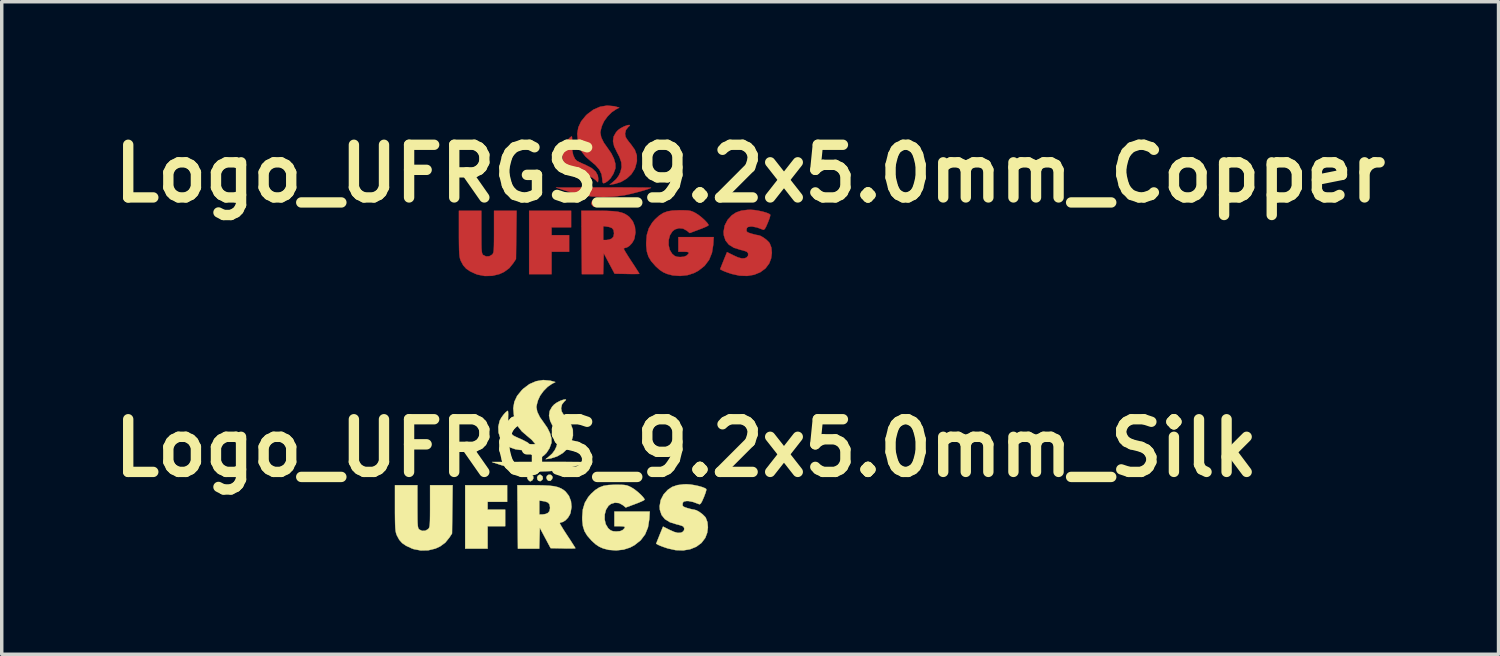
<source format=kicad_pcb>
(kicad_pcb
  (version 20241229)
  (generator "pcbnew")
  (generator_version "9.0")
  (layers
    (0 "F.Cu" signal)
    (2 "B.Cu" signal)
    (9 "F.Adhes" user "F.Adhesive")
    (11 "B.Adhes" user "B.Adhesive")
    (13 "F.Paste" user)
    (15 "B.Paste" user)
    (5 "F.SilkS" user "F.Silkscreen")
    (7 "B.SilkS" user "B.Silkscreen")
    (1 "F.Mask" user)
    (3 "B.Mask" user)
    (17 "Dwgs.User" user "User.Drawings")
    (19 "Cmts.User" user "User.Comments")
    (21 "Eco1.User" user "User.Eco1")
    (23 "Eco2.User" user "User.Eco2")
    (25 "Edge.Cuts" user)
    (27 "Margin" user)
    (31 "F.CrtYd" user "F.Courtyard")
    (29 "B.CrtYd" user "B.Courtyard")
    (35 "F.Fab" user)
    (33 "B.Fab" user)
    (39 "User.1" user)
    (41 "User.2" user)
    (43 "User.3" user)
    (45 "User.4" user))
  (footprint "Logo_UFRGS_9.2x5.0mm_Copper"
    (layer "F.Cu")
    (at 14.442 2.99)
    (property "Reference" "Logo_UFRGS_9.2x5.0mm_Copper" (at 4.216 -1.016 0) (layer "F.SilkS") (effects (font (size 1.524 1.524) (thickness 0.3))))
    (attr through_hole)
    (fp_poly (pts (xy -0.965 0.539) (xy -1.53 0.539) (xy -1.53 0.765) (xy -1.022 0.765) (xy -1.022 1.245) (xy -1.53 1.245) (xy -1.53 1.894) (xy -2.179 1.894) (xy -2.179 0.059) (xy -0.965 0.059) (xy -0.965 0.539)) (stroke (width 0.01) (type solid)) (fill yes) (layer "F.Cu"))
    (fp_poly (pts (xy 0.005 -0.242) (xy 0.059 -0.198) (xy 0.07 -0.137) (xy 0.051 -0.096) (xy -0.007 -0.057) (xy -0.062 -0.072) (xy -0.088 -0.106) (xy -0.098 -0.167) (xy -0.072 -0.22) (xy -0.025 -0.246) (xy 0.005 -0.242)) (stroke (width 0.01) (type solid)) (fill yes) (layer "F.Cu"))
    (fp_poly (pts (xy 0.291 -0.244) (xy 0.324 -0.222) (xy 0.352 -0.176) (xy 0.335 -0.119) (xy 0.335 -0.119) (xy 0.286 -0.067) (xy 0.23 -0.07) (xy 0.192 -0.102) (xy 0.17 -0.16) (xy 0.189 -0.213) (xy 0.234 -0.245) (xy 0.291 -0.244)) (stroke (width 0.01) (type solid)) (fill yes) (layer "F.Cu"))
    (fp_poly (pts (xy -0.248 -0.234) (xy -0.209 -0.196) (xy -0.206 -0.14) (xy -0.233 -0.087) (xy -0.284 -0.056) (xy -0.302 -0.054) (xy -0.327 -0.071) (xy -0.356 -0.098) (xy -0.385 -0.149) (xy -0.371 -0.197) (xy -0.335 -0.243) (xy -0.286 -0.246) (xy -0.248 -0.234)) (stroke (width 0.01) (type solid)) (fill yes) (layer "F.Cu"))
    (fp_poly (pts (xy 0.501 -0.616) (xy 0.732 -0.615) (xy 0.934 -0.614) (xy 1.103 -0.613) (xy 1.232 -0.611) (xy 1.315 -0.61) (xy 1.349 -0.608) (xy 1.349 -0.607) (xy 1.323 -0.592) (xy 1.254 -0.566) (xy 1.151 -0.534) (xy 1.025 -0.498) (xy 0.889 -0.462) (xy 0.752 -0.428) (xy 0.625 -0.4) (xy 0.577 -0.39) (xy 0.282 -0.351) (xy -0.034 -0.338) (xy -0.348 -0.353) (xy -0.637 -0.393) (xy -0.649 -0.396) (xy -0.805 -0.432) (xy -0.977 -0.477) (xy -1.134 -0.524) (xy -1.157 -0.531) (xy -1.403 -0.613) (xy -0.027 -0.615) (xy 0.246 -0.616) (xy 0.501 -0.616)) (stroke (width 0.01) (type solid)) (fill yes) (layer "F.Cu"))
    (fp_poly (pts (xy 0.739 -2.416) (xy 0.717 -2.388) (xy 0.692 -2.368) (xy 0.622 -2.279) (xy 0.596 -2.17) (xy 0.612 -2.079) (xy 0.645 -2.021) (xy 0.704 -1.94) (xy 0.767 -1.863) (xy 0.879 -1.706) (xy 0.937 -1.545) (xy 0.94 -1.375) (xy 0.891 -1.189) (xy 0.87 -1.14) (xy 0.778 -0.996) (xy 0.643 -0.871) (xy 0.48 -0.775) (xy 0.302 -0.718) (xy 0.277 -0.714) (xy 0.15 -0.695) (xy 0.234 -0.762) (xy 0.34 -0.857) (xy 0.412 -0.954) (xy 0.463 -1.062) (xy 0.497 -1.2) (xy 0.488 -1.343) (xy 0.435 -1.498) (xy 0.365 -1.631) (xy 0.281 -1.804) (xy 0.248 -1.955) (xy 0.267 -2.09) (xy 0.337 -2.213) (xy 0.394 -2.275) (xy 0.471 -2.331) (xy 0.569 -2.382) (xy 0.664 -2.416) (xy 0.717 -2.424) (xy 0.739 -2.416)) (stroke (width 0.01) (type solid)) (fill yes) (layer "F.Cu"))
    (fp_poly (pts (xy -0.938 -2.068) (xy -0.935 -1.999) (xy -0.937 -1.902) (xy -0.938 -1.88) (xy -0.934 -1.7) (xy -0.904 -1.55) (xy -0.85 -1.438) (xy -0.792 -1.382) (xy -0.736 -1.352) (xy -0.646 -1.31) (xy -0.542 -1.265) (xy -0.54 -1.264) (xy -0.37 -1.175) (xy -0.254 -1.075) (xy -0.192 -0.962) (xy -0.18 -0.879) (xy -0.182 -0.809) (xy -0.188 -0.77) (xy -0.19 -0.767) (xy -0.213 -0.786) (xy -0.253 -0.828) (xy -0.358 -0.906) (xy -0.495 -0.954) (xy -0.61 -0.965) (xy -0.731 -0.984) (xy -0.867 -1.031) (xy -0.991 -1.098) (xy -1.075 -1.166) (xy -1.163 -1.302) (xy -1.213 -1.463) (xy -1.22 -1.634) (xy -1.183 -1.797) (xy -1.171 -1.826) (xy -1.128 -1.902) (xy -1.07 -1.981) (xy -1.01 -2.048) (xy -0.961 -2.088) (xy -0.945 -2.094) (xy -0.938 -2.068)) (stroke (width 0.01) (type solid)) (fill yes) (layer "F.Cu"))
    (fp_poly (pts (xy 0.284 -2.966) (xy 0.318 -2.957) (xy 0.431 -2.926) (xy 0.332 -2.875) (xy 0.208 -2.79) (xy 0.089 -2.67) (xy -0.01 -2.534) (xy -0.072 -2.4) (xy -0.074 -2.394) (xy -0.099 -2.303) (xy -0.115 -2.229) (xy -0.118 -2.2) (xy -0.093 -2.065) (xy -0.017 -1.91) (xy 0.092 -1.756) (xy 0.199 -1.602) (xy 0.275 -1.447) (xy 0.316 -1.302) (xy 0.319 -1.179) (xy 0.316 -1.163) (xy 0.26 -1.011) (xy 0.174 -0.877) (xy 0.098 -0.803) (xy 0.017 -0.748) (xy -0.032 -0.737) (xy -0.056 -0.77) (xy -0.062 -0.849) (xy -0.082 -0.995) (xy -0.146 -1.13) (xy -0.258 -1.261) (xy -0.386 -1.368) (xy -0.541 -1.502) (xy -0.651 -1.641) (xy -0.726 -1.8) (xy -0.769 -1.966) (xy -0.787 -2.17) (xy -0.756 -2.354) (xy -0.675 -2.527) (xy -0.539 -2.694) (xy -0.5 -2.732) (xy -0.322 -2.866) (xy -0.126 -2.951) (xy 0.078 -2.985) (xy 0.284 -2.966)) (stroke (width 0.01) (type solid)) (fill yes) (layer "F.Cu"))
    (fp_poly (pts (xy -3.562 0.676) (xy -3.561 0.879) (xy -3.56 1.034) (xy -3.557 1.147) (xy -3.551 1.226) (xy -3.543 1.278) (xy -3.531 1.312) (xy -3.516 1.334) (xy -3.51 1.339) (xy -3.427 1.38) (xy -3.333 1.376) (xy -3.251 1.329) (xy -3.233 1.307) (xy -3.218 1.279) (xy -3.208 1.237) (xy -3.202 1.172) (xy -3.198 1.079) (xy -3.196 0.948) (xy -3.195 0.771) (xy -3.195 0.666) (xy -3.195 0.059) (xy -2.542 0.059) (xy -2.56 1.456) (xy -2.635 1.571) (xy -2.755 1.72) (xy -2.902 1.828) (xy -3.04 1.892) (xy -3.246 1.942) (xy -3.463 1.947) (xy -3.671 1.907) (xy -3.733 1.884) (xy -3.889 1.811) (xy -4.003 1.733) (xy -4.087 1.638) (xy -4.154 1.514) (xy -4.165 1.488) (xy -4.18 1.442) (xy -4.192 1.383) (xy -4.2 1.302) (xy -4.206 1.191) (xy -4.209 1.044) (xy -4.211 0.852) (xy -4.211 0.719) (xy -4.211 0.059) (xy -3.562 0.059) (xy -3.562 0.676)) (stroke (width 0.01) (type solid)) (fill yes) (layer "F.Cu"))
    (fp_poly (pts (xy -0.173 0.059) (xy 0.059 0.062) (xy 0.243 0.071) (xy 0.388 0.087) (xy 0.503 0.114) (xy 0.596 0.152) (xy 0.677 0.203) (xy 0.725 0.243) (xy 0.823 0.368) (xy 0.882 0.521) (xy 0.898 0.688) (xy 0.87 0.854) (xy 0.854 0.9) (xy 0.799 0.994) (xy 0.725 1.073) (xy 0.648 1.122) (xy 0.608 1.131) (xy 0.566 1.145) (xy 0.559 1.16) (xy 0.574 1.192) (xy 0.615 1.262) (xy 0.676 1.361) (xy 0.752 1.479) (xy 0.785 1.529) (xy 0.865 1.65) (xy 0.932 1.755) (xy 0.982 1.833) (xy 1.008 1.876) (xy 1.01 1.882) (xy 0.984 1.887) (xy 0.912 1.889) (xy 0.804 1.89) (xy 0.672 1.888) (xy 0.652 1.887) (xy 0.294 1.88) (xy 0.137 1.585) (xy -0.02 1.29) (xy -0.028 1.592) (xy -0.036 1.894) (xy -0.653 1.894) (xy -0.662 0.906) (xy -0.034 0.906) (xy 0.059 0.906) (xy 0.145 0.892) (xy 0.214 0.862) (xy 0.261 0.808) (xy 0.276 0.725) (xy 0.277 0.71) (xy 0.264 0.618) (xy 0.22 0.561) (xy 0.134 0.528) (xy 0.08 0.519) (xy -0.034 0.503) (xy -0.034 0.906) (xy -0.662 0.906) (xy -0.669 0.059) (xy -0.173 0.059)) (stroke (width 0.01) (type solid)) (fill yes) (layer "F.Cu"))
    (fp_poly (pts (xy 2.321 0.046) (xy 2.42 0.051) (xy 2.493 0.063) (xy 2.554 0.084) (xy 2.621 0.117) (xy 2.641 0.128) (xy 2.725 0.182) (xy 2.815 0.253) (xy 2.9 0.33) (xy 2.968 0.402) (xy 3.008 0.458) (xy 3.014 0.477) (xy 2.989 0.496) (xy 2.922 0.529) (xy 2.825 0.57) (xy 2.74 0.602) (xy 2.467 0.704) (xy 2.385 0.636) (xy 2.276 0.576) (xy 2.156 0.564) (xy 2.041 0.598) (xy 1.968 0.654) (xy 1.896 0.767) (xy 1.859 0.905) (xy 1.857 1.05) (xy 1.888 1.187) (xy 1.955 1.298) (xy 1.964 1.309) (xy 2.031 1.365) (xy 2.1 1.391) (xy 2.191 1.398) (xy 2.303 1.389) (xy 2.377 1.357) (xy 2.39 1.346) (xy 2.437 1.296) (xy 2.44 1.265) (xy 2.394 1.249) (xy 2.297 1.245) (xy 2.294 1.245) (xy 2.139 1.245) (xy 2.139 0.821) (xy 3.162 0.821) (xy 3.149 1.04) (xy 3.111 1.277) (xy 3.028 1.481) (xy 2.898 1.653) (xy 2.721 1.793) (xy 2.594 1.861) (xy 2.405 1.922) (xy 2.192 1.945) (xy 1.977 1.93) (xy 1.815 1.888) (xy 1.701 1.838) (xy 1.596 1.768) (xy 1.482 1.665) (xy 1.474 1.656) (xy 1.354 1.52) (xy 1.274 1.388) (xy 1.228 1.241) (xy 1.209 1.064) (xy 1.208 0.987) (xy 1.226 0.76) (xy 1.284 0.567) (xy 1.384 0.4) (xy 1.466 0.306) (xy 1.584 0.199) (xy 1.698 0.125) (xy 1.821 0.078) (xy 1.969 0.053) (xy 2.157 0.045) (xy 2.182 0.045) (xy 2.321 0.046)) (stroke (width 0.01) (type solid)) (fill yes) (layer "F.Cu"))
    (fp_poly (pts (xy 4.334 0.038) (xy 4.454 0.057) (xy 4.576 0.083) (xy 4.684 0.114) (xy 4.763 0.146) (xy 4.799 0.172) (xy 4.796 0.208) (xy 4.775 0.282) (xy 4.738 0.38) (xy 4.725 0.412) (xy 4.677 0.521) (xy 4.641 0.584) (xy 4.611 0.609) (xy 4.59 0.607) (xy 4.417 0.543) (xy 4.281 0.516) (xy 4.223 0.516) (xy 4.154 0.529) (xy 4.122 0.559) (xy 4.113 0.601) (xy 4.113 0.646) (xy 4.135 0.676) (xy 4.19 0.701) (xy 4.252 0.721) (xy 4.343 0.746) (xy 4.415 0.762) (xy 4.442 0.765) (xy 4.511 0.784) (xy 4.599 0.833) (xy 4.688 0.899) (xy 4.76 0.97) (xy 4.783 1.001) (xy 4.831 1.127) (xy 4.845 1.278) (xy 4.824 1.436) (xy 4.769 1.582) (xy 4.767 1.585) (xy 4.658 1.729) (xy 4.51 1.838) (xy 4.332 1.911) (xy 4.129 1.945) (xy 3.91 1.937) (xy 3.683 1.887) (xy 3.67 1.883) (xy 3.563 1.847) (xy 3.47 1.812) (xy 3.411 1.786) (xy 3.41 1.785) (xy 3.347 1.751) (xy 3.4 1.618) (xy 3.443 1.51) (xy 3.487 1.402) (xy 3.5 1.37) (xy 3.547 1.256) (xy 3.732 1.349) (xy 3.869 1.41) (xy 3.973 1.438) (xy 4.057 1.434) (xy 4.11 1.413) (xy 4.155 1.363) (xy 4.16 1.299) (xy 4.129 1.251) (xy 4.083 1.23) (xy 4.002 1.205) (xy 3.939 1.19) (xy 3.746 1.13) (xy 3.601 1.04) (xy 3.504 0.92) (xy 3.455 0.771) (xy 3.448 0.665) (xy 3.48 0.486) (xy 3.564 0.323) (xy 3.685 0.192) (xy 3.811 0.108) (xy 3.961 0.056) (xy 4.144 0.033) (xy 4.23 0.031) (xy 4.334 0.038)) (stroke (width 0.01) (type solid)) (fill yes) (layer "F.Cu")))
  (footprint "Logo_UFRGS_9.2x5.0mm_Silk"
    (layer "F.Cu")
    (at 12.591 10.933)
    (property "Reference" "Logo_UFRGS_9.2x5.0mm_Silk" (at 4.216 -1.016 0) (layer "F.SilkS") (effects (font (size 1.524 1.524) (thickness 0.3))))
    (attr through_hole)
    (fp_poly (pts (xy -0.965 0.539) (xy -1.53 0.539) (xy -1.53 0.765) (xy -1.022 0.765) (xy -1.022 1.245) (xy -1.53 1.245) (xy -1.53 1.894) (xy -2.179 1.894) (xy -2.179 0.059) (xy -0.965 0.059) (xy -0.965 0.539)) (stroke (width 0.01) (type solid)) (fill yes) (layer "F.SilkS"))
    (fp_poly (pts (xy 0.005 -0.242) (xy 0.059 -0.198) (xy 0.07 -0.137) (xy 0.051 -0.096) (xy -0.007 -0.057) (xy -0.062 -0.072) (xy -0.088 -0.106) (xy -0.098 -0.167) (xy -0.072 -0.22) (xy -0.025 -0.246) (xy 0.005 -0.242)) (stroke (width 0.01) (type solid)) (fill yes) (layer "F.SilkS"))
    (fp_poly (pts (xy 0.291 -0.244) (xy 0.324 -0.222) (xy 0.352 -0.176) (xy 0.335 -0.119) (xy 0.335 -0.119) (xy 0.286 -0.067) (xy 0.23 -0.07) (xy 0.192 -0.102) (xy 0.17 -0.16) (xy 0.189 -0.213) (xy 0.234 -0.245) (xy 0.291 -0.244)) (stroke (width 0.01) (type solid)) (fill yes) (layer "F.SilkS"))
    (fp_poly (pts (xy -0.248 -0.234) (xy -0.209 -0.196) (xy -0.206 -0.14) (xy -0.233 -0.087) (xy -0.284 -0.056) (xy -0.302 -0.054) (xy -0.327 -0.071) (xy -0.356 -0.098) (xy -0.385 -0.149) (xy -0.371 -0.197) (xy -0.335 -0.243) (xy -0.286 -0.246) (xy -0.248 -0.234)) (stroke (width 0.01) (type solid)) (fill yes) (layer "F.SilkS"))
    (fp_poly (pts (xy 0.501 -0.616) (xy 0.732 -0.615) (xy 0.934 -0.614) (xy 1.103 -0.613) (xy 1.232 -0.611) (xy 1.315 -0.61) (xy 1.349 -0.608) (xy 1.349 -0.607) (xy 1.323 -0.592) (xy 1.254 -0.566) (xy 1.151 -0.534) (xy 1.025 -0.498) (xy 0.889 -0.462) (xy 0.752 -0.428) (xy 0.625 -0.4) (xy 0.577 -0.39) (xy 0.282 -0.351) (xy -0.034 -0.338) (xy -0.348 -0.353) (xy -0.637 -0.393) (xy -0.649 -0.396) (xy -0.805 -0.432) (xy -0.977 -0.477) (xy -1.134 -0.524) (xy -1.157 -0.531) (xy -1.403 -0.613) (xy -0.027 -0.615) (xy 0.246 -0.616) (xy 0.501 -0.616)) (stroke (width 0.01) (type solid)) (fill yes) (layer "F.SilkS"))
    (fp_poly (pts (xy 0.739 -2.416) (xy 0.717 -2.388) (xy 0.692 -2.368) (xy 0.622 -2.279) (xy 0.596 -2.17) (xy 0.612 -2.079) (xy 0.645 -2.021) (xy 0.704 -1.94) (xy 0.767 -1.863) (xy 0.879 -1.706) (xy 0.937 -1.545) (xy 0.94 -1.375) (xy 0.891 -1.189) (xy 0.87 -1.14) (xy 0.778 -0.996) (xy 0.643 -0.871) (xy 0.48 -0.775) (xy 0.302 -0.718) (xy 0.277 -0.714) (xy 0.15 -0.695) (xy 0.234 -0.762) (xy 0.34 -0.857) (xy 0.412 -0.954) (xy 0.463 -1.062) (xy 0.497 -1.2) (xy 0.488 -1.343) (xy 0.435 -1.498) (xy 0.365 -1.631) (xy 0.281 -1.804) (xy 0.248 -1.955) (xy 0.267 -2.09) (xy 0.337 -2.213) (xy 0.394 -2.275) (xy 0.471 -2.331) (xy 0.569 -2.382) (xy 0.664 -2.416) (xy 0.717 -2.424) (xy 0.739 -2.416)) (stroke (width 0.01) (type solid)) (fill yes) (layer "F.SilkS"))
    (fp_poly (pts (xy -0.938 -2.068) (xy -0.935 -1.999) (xy -0.937 -1.902) (xy -0.938 -1.88) (xy -0.934 -1.7) (xy -0.904 -1.55) (xy -0.85 -1.438) (xy -0.792 -1.382) (xy -0.736 -1.352) (xy -0.646 -1.31) (xy -0.542 -1.265) (xy -0.54 -1.264) (xy -0.37 -1.175) (xy -0.254 -1.075) (xy -0.192 -0.962) (xy -0.18 -0.879) (xy -0.182 -0.809) (xy -0.188 -0.77) (xy -0.19 -0.767) (xy -0.213 -0.786) (xy -0.253 -0.828) (xy -0.358 -0.906) (xy -0.495 -0.954) (xy -0.61 -0.965) (xy -0.731 -0.984) (xy -0.867 -1.031) (xy -0.991 -1.098) (xy -1.075 -1.166) (xy -1.163 -1.302) (xy -1.213 -1.463) (xy -1.22 -1.634) (xy -1.183 -1.797) (xy -1.171 -1.826) (xy -1.128 -1.902) (xy -1.07 -1.981) (xy -1.01 -2.048) (xy -0.961 -2.088) (xy -0.945 -2.094) (xy -0.938 -2.068)) (stroke (width 0.01) (type solid)) (fill yes) (layer "F.SilkS"))
    (fp_poly (pts (xy 0.284 -2.966) (xy 0.318 -2.957) (xy 0.431 -2.926) (xy 0.332 -2.875) (xy 0.208 -2.79) (xy 0.089 -2.67) (xy -0.01 -2.534) (xy -0.072 -2.4) (xy -0.074 -2.394) (xy -0.099 -2.303) (xy -0.115 -2.229) (xy -0.118 -2.2) (xy -0.093 -2.065) (xy -0.017 -1.91) (xy 0.092 -1.756) (xy 0.199 -1.602) (xy 0.275 -1.447) (xy 0.316 -1.302) (xy 0.319 -1.179) (xy 0.316 -1.163) (xy 0.26 -1.011) (xy 0.174 -0.877) (xy 0.098 -0.803) (xy 0.017 -0.748) (xy -0.032 -0.737) (xy -0.056 -0.77) (xy -0.062 -0.849) (xy -0.082 -0.995) (xy -0.146 -1.13) (xy -0.258 -1.261) (xy -0.386 -1.368) (xy -0.541 -1.502) (xy -0.651 -1.641) (xy -0.726 -1.8) (xy -0.769 -1.966) (xy -0.787 -2.17) (xy -0.756 -2.354) (xy -0.675 -2.527) (xy -0.539 -2.694) (xy -0.5 -2.732) (xy -0.322 -2.866) (xy -0.126 -2.951) (xy 0.078 -2.985) (xy 0.284 -2.966)) (stroke (width 0.01) (type solid)) (fill yes) (layer "F.SilkS"))
    (fp_poly (pts (xy -3.562 0.676) (xy -3.561 0.879) (xy -3.56 1.034) (xy -3.557 1.147) (xy -3.551 1.226) (xy -3.543 1.278) (xy -3.531 1.312) (xy -3.516 1.334) (xy -3.51 1.339) (xy -3.427 1.38) (xy -3.333 1.376) (xy -3.251 1.329) (xy -3.233 1.307) (xy -3.218 1.279) (xy -3.208 1.237) (xy -3.202 1.172) (xy -3.198 1.079) (xy -3.196 0.948) (xy -3.195 0.771) (xy -3.195 0.666) (xy -3.195 0.059) (xy -2.542 0.059) (xy -2.56 1.456) (xy -2.635 1.571) (xy -2.755 1.72) (xy -2.902 1.828) (xy -3.04 1.892) (xy -3.246 1.942) (xy -3.463 1.947) (xy -3.671 1.907) (xy -3.733 1.884) (xy -3.889 1.811) (xy -4.003 1.733) (xy -4.087 1.638) (xy -4.154 1.514) (xy -4.165 1.488) (xy -4.18 1.442) (xy -4.192 1.383) (xy -4.2 1.302) (xy -4.206 1.191) (xy -4.209 1.044) (xy -4.211 0.852) (xy -4.211 0.719) (xy -4.211 0.059) (xy -3.562 0.059) (xy -3.562 0.676)) (stroke (width 0.01) (type solid)) (fill yes) (layer "F.SilkS"))
    (fp_poly (pts (xy -0.173 0.059) (xy 0.059 0.062) (xy 0.243 0.071) (xy 0.388 0.087) (xy 0.503 0.114) (xy 0.596 0.152) (xy 0.677 0.203) (xy 0.725 0.243) (xy 0.823 0.368) (xy 0.882 0.521) (xy 0.898 0.688) (xy 0.87 0.854) (xy 0.854 0.9) (xy 0.799 0.994) (xy 0.725 1.073) (xy 0.648 1.122) (xy 0.608 1.131) (xy 0.566 1.145) (xy 0.559 1.16) (xy 0.574 1.192) (xy 0.615 1.262) (xy 0.676 1.361) (xy 0.752 1.479) (xy 0.785 1.529) (xy 0.865 1.65) (xy 0.932 1.755) (xy 0.982 1.833) (xy 1.008 1.876) (xy 1.01 1.882) (xy 0.984 1.887) (xy 0.912 1.889) (xy 0.804 1.89) (xy 0.672 1.888) (xy 0.652 1.887) (xy 0.294 1.88) (xy 0.137 1.585) (xy -0.02 1.29) (xy -0.028 1.592) (xy -0.036 1.894) (xy -0.653 1.894) (xy -0.662 0.906) (xy -0.034 0.906) (xy 0.059 0.906) (xy 0.145 0.892) (xy 0.214 0.862) (xy 0.261 0.808) (xy 0.276 0.725) (xy 0.277 0.71) (xy 0.264 0.618) (xy 0.22 0.561) (xy 0.134 0.528) (xy 0.08 0.519) (xy -0.034 0.503) (xy -0.034 0.906) (xy -0.662 0.906) (xy -0.669 0.059) (xy -0.173 0.059)) (stroke (width 0.01) (type solid)) (fill yes) (layer "F.SilkS"))
    (fp_poly (pts (xy 2.321 0.046) (xy 2.42 0.051) (xy 2.493 0.063) (xy 2.554 0.084) (xy 2.621 0.117) (xy 2.641 0.128) (xy 2.725 0.182) (xy 2.815 0.253) (xy 2.9 0.33) (xy 2.968 0.402) (xy 3.008 0.458) (xy 3.014 0.477) (xy 2.989 0.496) (xy 2.922 0.529) (xy 2.825 0.57) (xy 2.74 0.602) (xy 2.467 0.704) (xy 2.385 0.636) (xy 2.276 0.576) (xy 2.156 0.564) (xy 2.041 0.598) (xy 1.968 0.654) (xy 1.896 0.767) (xy 1.859 0.905) (xy 1.857 1.05) (xy 1.888 1.187) (xy 1.955 1.298) (xy 1.964 1.309) (xy 2.031 1.365) (xy 2.1 1.391) (xy 2.191 1.398) (xy 2.303 1.389) (xy 2.377 1.357) (xy 2.39 1.346) (xy 2.437 1.296) (xy 2.44 1.265) (xy 2.394 1.249) (xy 2.297 1.245) (xy 2.294 1.245) (xy 2.139 1.245) (xy 2.139 0.821) (xy 3.162 0.821) (xy 3.149 1.04) (xy 3.111 1.277) (xy 3.028 1.481) (xy 2.898 1.653) (xy 2.721 1.793) (xy 2.594 1.861) (xy 2.405 1.922) (xy 2.192 1.945) (xy 1.977 1.93) (xy 1.815 1.888) (xy 1.701 1.838) (xy 1.596 1.768) (xy 1.482 1.665) (xy 1.474 1.656) (xy 1.354 1.52) (xy 1.274 1.388) (xy 1.228 1.241) (xy 1.209 1.064) (xy 1.208 0.987) (xy 1.226 0.76) (xy 1.284 0.567) (xy 1.384 0.4) (xy 1.466 0.306) (xy 1.584 0.199) (xy 1.698 0.125) (xy 1.821 0.078) (xy 1.969 0.053) (xy 2.157 0.045) (xy 2.182 0.045) (xy 2.321 0.046)) (stroke (width 0.01) (type solid)) (fill yes) (layer "F.SilkS"))
    (fp_poly (pts (xy 4.334 0.038) (xy 4.454 0.057) (xy 4.576 0.083) (xy 4.684 0.114) (xy 4.763 0.146) (xy 4.799 0.172) (xy 4.796 0.208) (xy 4.775 0.282) (xy 4.738 0.38) (xy 4.725 0.412) (xy 4.677 0.521) (xy 4.641 0.584) (xy 4.611 0.609) (xy 4.59 0.607) (xy 4.417 0.543) (xy 4.281 0.516) (xy 4.223 0.516) (xy 4.154 0.529) (xy 4.122 0.559) (xy 4.113 0.601) (xy 4.113 0.646) (xy 4.135 0.676) (xy 4.19 0.701) (xy 4.252 0.721) (xy 4.343 0.746) (xy 4.415 0.762) (xy 4.442 0.765) (xy 4.511 0.784) (xy 4.599 0.833) (xy 4.688 0.899) (xy 4.76 0.97) (xy 4.783 1.001) (xy 4.831 1.127) (xy 4.845 1.278) (xy 4.824 1.436) (xy 4.769 1.582) (xy 4.767 1.585) (xy 4.658 1.729) (xy 4.51 1.838) (xy 4.332 1.911) (xy 4.129 1.945) (xy 3.91 1.937) (xy 3.683 1.887) (xy 3.67 1.883) (xy 3.563 1.847) (xy 3.47 1.812) (xy 3.411 1.786) (xy 3.41 1.785) (xy 3.347 1.751) (xy 3.4 1.618) (xy 3.443 1.51) (xy 3.487 1.402) (xy 3.5 1.37) (xy 3.547 1.256) (xy 3.732 1.349) (xy 3.869 1.41) (xy 3.973 1.438) (xy 4.057 1.434) (xy 4.11 1.413) (xy 4.155 1.363) (xy 4.16 1.299) (xy 4.129 1.251) (xy 4.083 1.23) (xy 4.002 1.205) (xy 3.939 1.19) (xy 3.746 1.13) (xy 3.601 1.04) (xy 3.504 0.92) (xy 3.455 0.771) (xy 3.448 0.665) (xy 3.48 0.486) (xy 3.564 0.323) (xy 3.685 0.192) (xy 3.811 0.108) (xy 3.961 0.056) (xy 4.144 0.033) (xy 4.23 0.031) (xy 4.334 0.038)) (stroke (width 0.01) (type solid)) (fill yes) (layer "F.SilkS")))
  (gr_rect
    (start -3 -3)
    (end 40.316 15.884)
    (stroke (width 0.1) (type default))
    (fill no)
    (layer "Edge.Cuts")))
</source>
